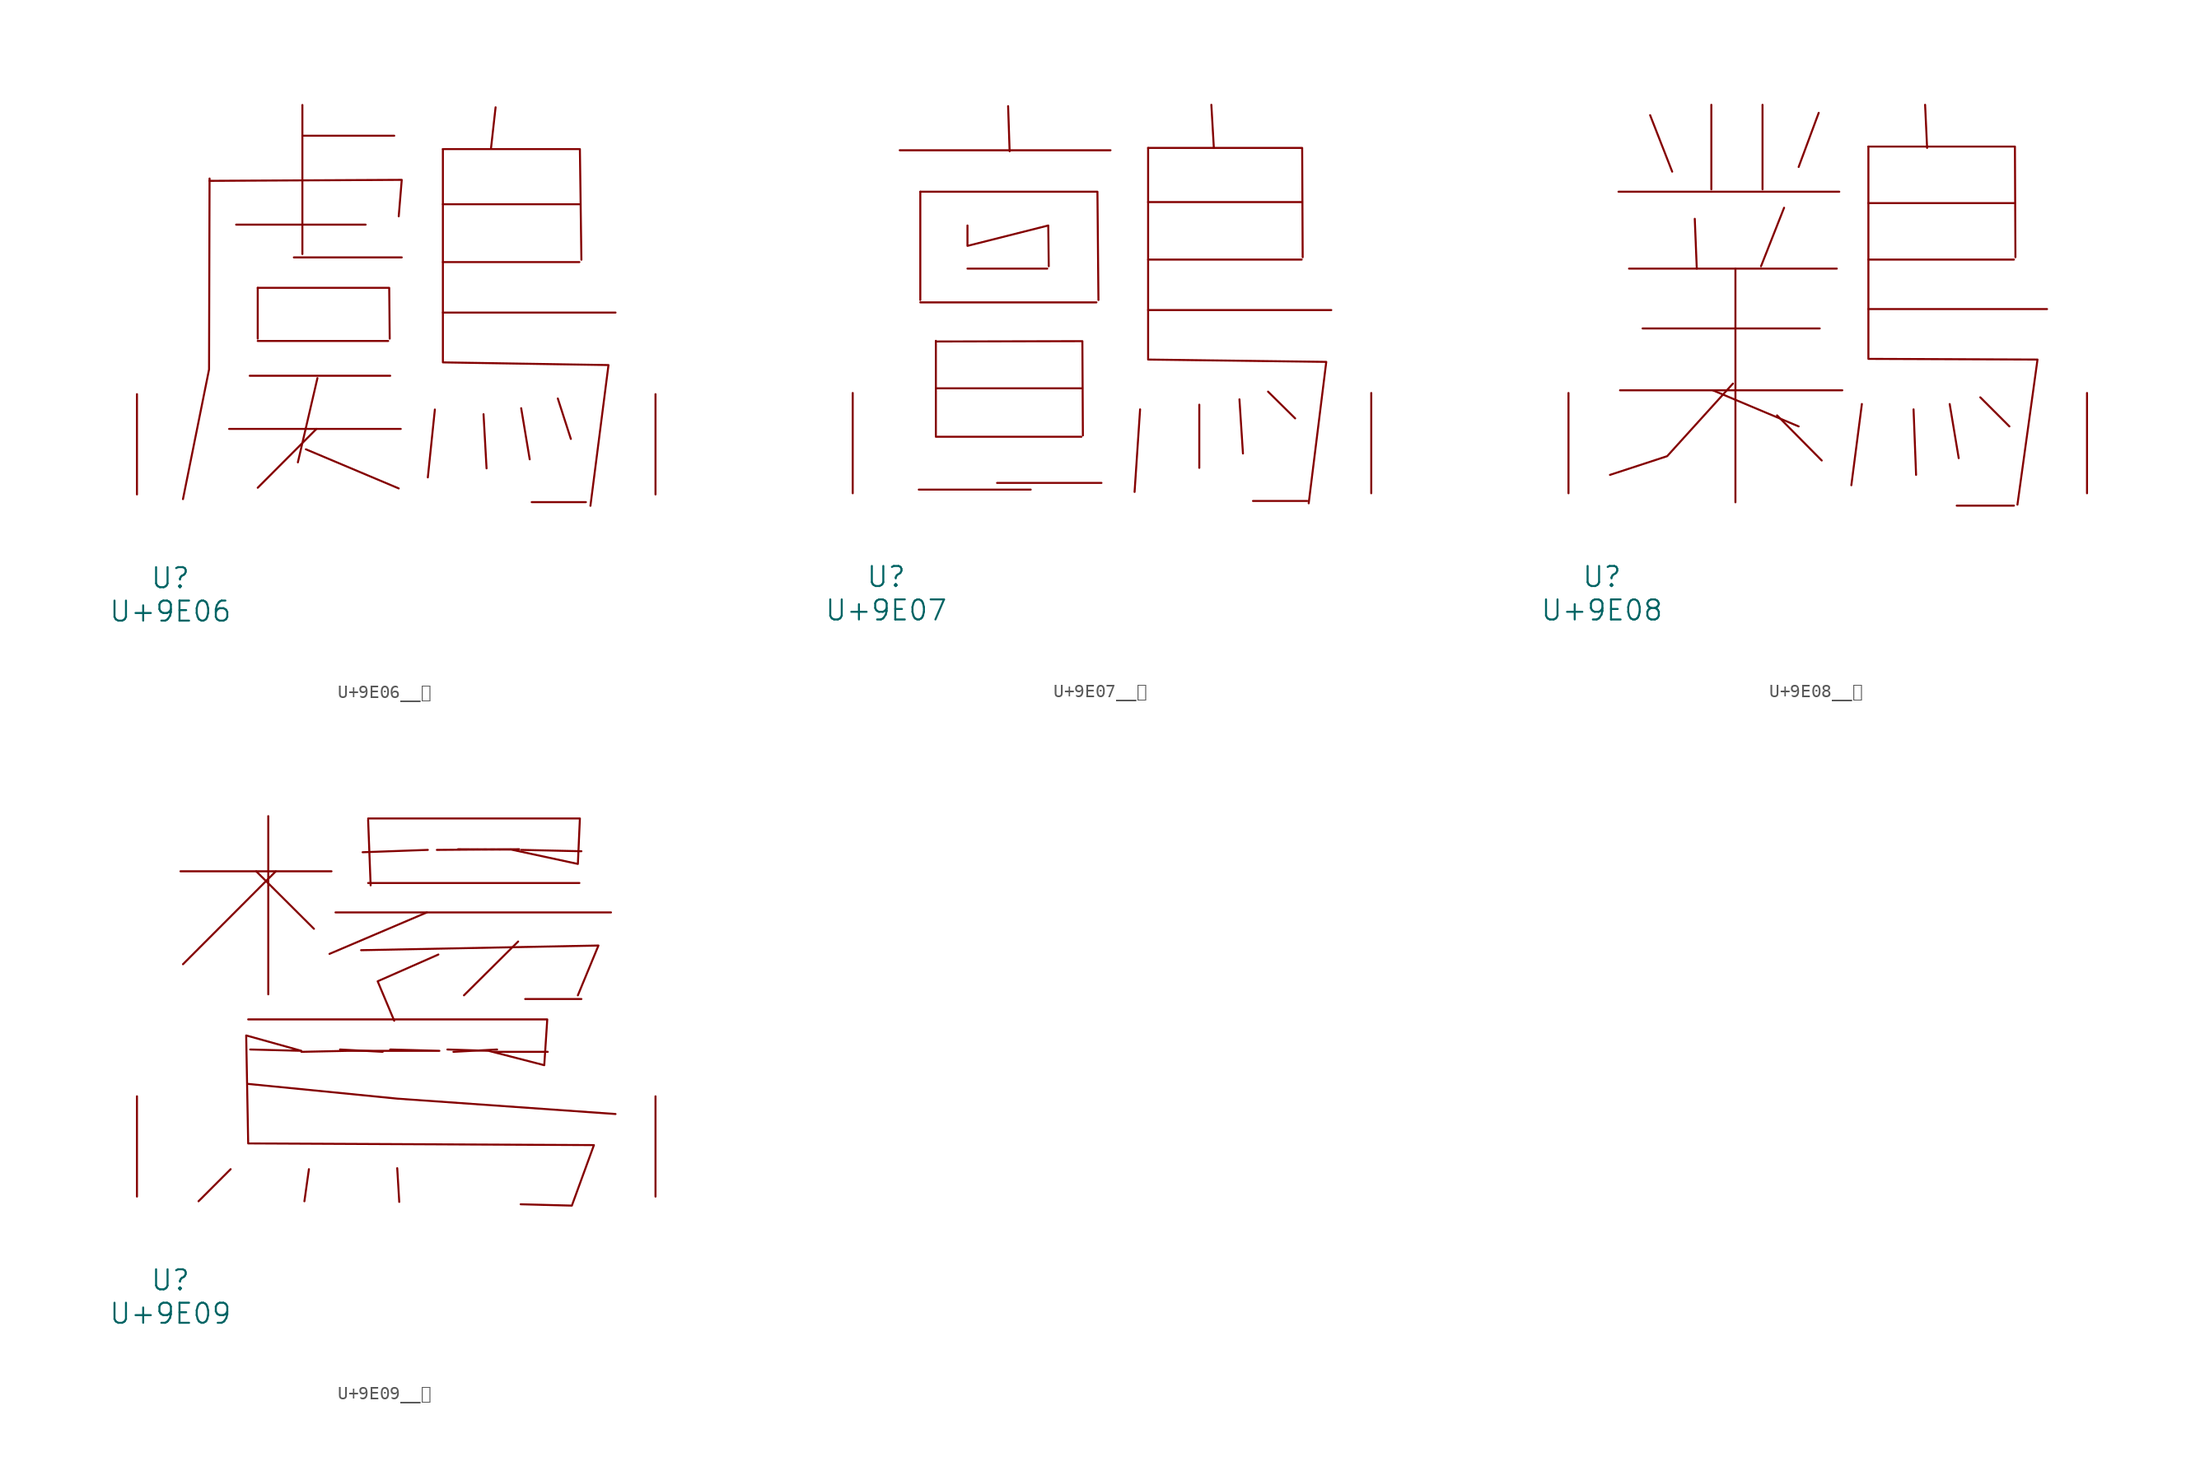
<source format=kicad_sym>
(kicad_symbol_lib
  (version 20231120)
  (generator "kicad_symbol_editor")
  (generator_version "8.0")
  (symbol "U+9E06__鸆"
    (pin_names
      (offset 1.016))
    (property "Reference" "U"
      (at 0 -6.35 0)
      (effects (font (size 1.524 1.524))))
    (property "Value" "U+9E06"
      (at 0 -8.89 0)
      (effects (font (size 1.524 1.524))))
    (symbol "U+9E06__鸆_0_1"
      (polyline (pts (xy 4.458 4.978) (xy 17.488 4.978)) (stroke (width 0) (type solid)) (fill (type none)))
      (polyline (pts (xy 4.991 20.498) (xy 14.821 20.498)) (stroke (width 0) (type solid)) (fill (type none)))
      (polyline (pts (xy 6.02 9.017) (xy 16.688 9.017)) (stroke (width 0) (type solid)) (fill (type none)))
      (polyline (pts (xy 6.629 11.659) (xy 16.535 11.659)) (stroke (width 0) (type solid)) (fill (type none)))
      (polyline (pts (xy 6.629 15.697) (xy 6.629 11.836)) (stroke (width 0) (type solid)) (fill (type none)))
      (polyline (pts (xy 9.373 18.009) (xy 17.564 18.009)) (stroke (width 0) (type solid)) (fill (type none)))
      (polyline (pts (xy 10.02 27.254) (xy 16.993 27.254)) (stroke (width 0) (type solid)) (fill (type none)))
      (polyline (pts (xy 10.02 29.591) (xy 10.02 18.263)) (stroke (width 0) (type solid)) (fill (type none)))
      (polyline (pts (xy 10.287 3.429) (xy 17.335 0.457)) (stroke (width 0) (type solid)) (fill (type none)))
      (polyline (pts (xy 11.087 4.978) (xy 6.629 0.508)) (stroke (width 0) (type solid)) (fill (type none)))
      (polyline (pts (xy 11.163 8.839) (xy 9.677 2.438)) (stroke (width 0) (type solid)) (fill (type none)))
      (polyline (pts (xy 20.079 6.452) (xy 19.545 1.295)) (stroke (width 0) (type solid)) (fill (type none)))
      (polyline (pts (xy 20.688 13.818) (xy 33.795 13.818)) (stroke (width 0) (type solid)) (fill (type none)))
      (polyline (pts (xy 20.688 17.653) (xy 31.052 17.653)) (stroke (width 0) (type solid)) (fill (type none)))
      (polyline (pts (xy 20.688 22.047) (xy 31.052 22.047)) (stroke (width 0) (type solid)) (fill (type none)))
      (polyline (pts (xy 23.774 6.096) (xy 24.003 1.981)) (stroke (width 0) (type solid)) (fill (type none)))
      (polyline (pts (xy 24.689 29.413) (xy 24.346 26.34)) (stroke (width 0) (type solid)) (fill (type none)))
      (polyline (pts (xy 26.632 6.553) (xy 27.28 2.667)) (stroke (width 0) (type solid)) (fill (type none)))
      (polyline (pts (xy 29.413 7.29) (xy 30.404 4.216)) (stroke (width 0) (type solid)) (fill (type none)))
      (polyline (pts (xy 31.547 -0.584) (xy 27.432 -0.584)) (stroke (width 0) (type solid)) (fill (type none)))
      (polyline (pts (xy 2.972 23.825) (xy 17.564 23.901) (xy 17.335 21.133)) (stroke (width 0) (type solid)) (fill (type none)))
      (polyline (pts (xy 2.972 24.003) (xy 2.934 9.5) (xy 0.953 -0.356)) (stroke (width 0) (type solid)) (fill (type none)))
      (polyline (pts (xy 6.629 15.697) (xy 16.612 15.697) (xy 16.65 11.836)) (stroke (width 0) (type solid)) (fill (type none)))
      (polyline (pts (xy 20.688 26.238) (xy 31.09 26.238) (xy 31.204 17.831)) (stroke (width 0) (type solid)) (fill (type none)))
      (polyline (pts (xy 20.688 26.238) (xy 20.688 10.033) (xy 33.261 9.83) (xy 31.89 -0.864)) (stroke (width 0) (type solid)) (fill (type none)))
      (pin input line (at -2.54 0 90) (length 7.62) (name "~" (effects (font (size 1.27 1.27)))) (number "~" (effects (font (size 1.27 1.27)))))
      (pin input line (at 36.83 0 90) (length 7.62) (name "~" (effects (font (size 1.27 1.27)))) (number "~" (effects (font (size 1.27 1.27)))))))
  (symbol "U+9E07__鸇"
    (pin_names
      (offset 1.016))
    (property "Reference" "U"
      (at 0 -6.35 0)
      (effects (font (size 1.524 1.524))))
    (property "Value" "U+9E07"
      (at 0 -8.89 0)
      (effects (font (size 1.524 1.524))))
    (symbol "U+9E07__鸇_0_1"
      (polyline (pts (xy 1.029 26.06) (xy 17.031 26.06)) (stroke (width 0) (type solid)) (fill (type none)))
      (polyline (pts (xy 2.477 0.279) (xy 10.973 0.279)) (stroke (width 0) (type solid)) (fill (type none)))
      (polyline (pts (xy 2.591 14.503) (xy 15.964 14.503)) (stroke (width 0) (type solid)) (fill (type none)))
      (polyline (pts (xy 2.591 22.911) (xy 2.591 14.681)) (stroke (width 0) (type solid)) (fill (type none)))
      (polyline (pts (xy 3.772 4.293) (xy 14.821 4.293)) (stroke (width 0) (type solid)) (fill (type none)))
      (polyline (pts (xy 3.772 7.976) (xy 14.821 7.976)) (stroke (width 0) (type solid)) (fill (type none)))
      (polyline (pts (xy 3.772 11.582) (xy 3.772 4.394)) (stroke (width 0) (type solid)) (fill (type none)))
      (polyline (pts (xy 6.172 17.069) (xy 12.23 17.069)) (stroke (width 0) (type solid)) (fill (type none)))
      (polyline (pts (xy 8.42 0.787) (xy 16.345 0.787)) (stroke (width 0) (type solid)) (fill (type none)))
      (polyline (pts (xy 9.258 29.413) (xy 9.373 25.984)) (stroke (width 0) (type solid)) (fill (type none)))
      (polyline (pts (xy 19.279 6.375) (xy 18.86 0.102)) (stroke (width 0) (type solid)) (fill (type none)))
      (polyline (pts (xy 19.888 13.919) (xy 33.795 13.919)) (stroke (width 0) (type solid)) (fill (type none)))
      (polyline (pts (xy 19.888 17.755) (xy 31.547 17.755)) (stroke (width 0) (type solid)) (fill (type none)))
      (polyline (pts (xy 19.888 22.123) (xy 31.547 22.123)) (stroke (width 0) (type solid)) (fill (type none)))
      (polyline (pts (xy 23.774 6.731) (xy 23.774 1.93)) (stroke (width 0) (type solid)) (fill (type none)))
      (polyline (pts (xy 24.689 29.515) (xy 24.879 26.238)) (stroke (width 0) (type solid)) (fill (type none)))
      (polyline (pts (xy 26.822 7.137) (xy 27.089 3.023)) (stroke (width 0) (type solid)) (fill (type none)))
      (polyline (pts (xy 28.994 7.722) (xy 31.052 5.69)) (stroke (width 0) (type solid)) (fill (type none)))
      (polyline (pts (xy 31.966 -0.584) (xy 27.851 -0.584)) (stroke (width 0) (type solid)) (fill (type none)))
      (polyline (pts (xy 2.591 22.911) (xy 16.04 22.911) (xy 16.116 14.681)) (stroke (width 0) (type solid)) (fill (type none)))
      (polyline (pts (xy 3.772 11.532) (xy 14.897 11.557) (xy 14.935 4.394)) (stroke (width 0) (type solid)) (fill (type none)))
      (polyline (pts (xy 19.888 26.238) (xy 31.585 26.238) (xy 31.623 17.932)) (stroke (width 0) (type solid)) (fill (type none)))
      (polyline (pts (xy 6.172 20.345) (xy 6.172 18.796) (xy 12.306 20.345) (xy 12.344 17.247)) (stroke (width 0) (type solid)) (fill (type none)))
      (polyline (pts (xy 19.888 26.238) (xy 19.888 10.16) (xy 33.414 9.982) (xy 32.08 -0.762)) (stroke (width 0) (type solid)) (fill (type none)))
      (pin input line (at -2.54 0 90) (length 7.62) (name "~" (effects (font (size 1.27 1.27)))) (number "~" (effects (font (size 1.27 1.27)))))
      (pin input line (at 36.83 0 90) (length 7.62) (name "~" (effects (font (size 1.27 1.27)))) (number "~" (effects (font (size 1.27 1.27)))))))
  (symbol "U+9E08__鸈"
    (pin_names
      (offset 1.016))
    (property "Reference" "U"
      (at 0 -6.35 0)
      (effects (font (size 1.524 1.524))))
    (property "Value" "U+9E08"
      (at 0 -8.89 0)
      (effects (font (size 1.524 1.524))))
    (symbol "U+9E08__鸈_0_1"
      (polyline (pts (xy 1.257 22.911) (xy 18.021 22.911)) (stroke (width 0) (type solid)) (fill (type none)))
      (polyline (pts (xy 1.372 7.823) (xy 18.25 7.823)) (stroke (width 0) (type solid)) (fill (type none)))
      (polyline (pts (xy 2.057 17.069) (xy 17.831 17.069)) (stroke (width 0) (type solid)) (fill (type none)))
      (polyline (pts (xy 3.086 12.522) (xy 16.535 12.522)) (stroke (width 0) (type solid)) (fill (type none)))
      (polyline (pts (xy 3.658 28.727) (xy 5.334 24.435)) (stroke (width 0) (type solid)) (fill (type none)))
      (polyline (pts (xy 7.048 20.853) (xy 7.201 17.069)) (stroke (width 0) (type solid)) (fill (type none)))
      (polyline (pts (xy 8.306 29.515) (xy 8.306 23.089)) (stroke (width 0) (type solid)) (fill (type none)))
      (polyline (pts (xy 8.42 7.823) (xy 14.935 5.08)) (stroke (width 0) (type solid)) (fill (type none)))
      (polyline (pts (xy 10.135 17.069) (xy 10.135 -0.686)) (stroke (width 0) (type solid)) (fill (type none)))
      (polyline (pts (xy 12.192 29.515) (xy 12.192 23.089)) (stroke (width 0) (type solid)) (fill (type none)))
      (polyline (pts (xy 13.297 5.918) (xy 16.688 2.489)) (stroke (width 0) (type solid)) (fill (type none)))
      (polyline (pts (xy 13.83 21.692) (xy 12.078 17.247)) (stroke (width 0) (type solid)) (fill (type none)))
      (polyline (pts (xy 16.459 28.905) (xy 14.935 24.79)) (stroke (width 0) (type solid)) (fill (type none)))
      (polyline (pts (xy 19.736 6.782) (xy 18.936 0.61)) (stroke (width 0) (type solid)) (fill (type none)))
      (polyline (pts (xy 20.231 13.995) (xy 33.795 13.995)) (stroke (width 0) (type solid)) (fill (type none)))
      (polyline (pts (xy 20.231 17.755) (xy 31.28 17.755)) (stroke (width 0) (type solid)) (fill (type none)))
      (polyline (pts (xy 20.231 22.047) (xy 31.28 22.047)) (stroke (width 0) (type solid)) (fill (type none)))
      (polyline (pts (xy 23.66 6.375) (xy 23.851 1.397)) (stroke (width 0) (type solid)) (fill (type none)))
      (polyline (pts (xy 24.536 29.515) (xy 24.689 26.238)) (stroke (width 0) (type solid)) (fill (type none)))
      (polyline (pts (xy 26.403 6.782) (xy 27.089 2.667)) (stroke (width 0) (type solid)) (fill (type none)))
      (polyline (pts (xy 26.937 -0.94) (xy 31.28 -0.94)) (stroke (width 0) (type solid)) (fill (type none)))
      (polyline (pts (xy 28.727 7.29) (xy 30.937 5.08)) (stroke (width 0) (type solid)) (fill (type none)))
      (polyline (pts (xy 9.944 8.331) (xy 4.953 2.819) (xy 0.61 1.397)) (stroke (width 0) (type solid)) (fill (type none)))
      (polyline (pts (xy 20.231 26.34) (xy 31.356 26.34) (xy 31.394 17.932)) (stroke (width 0) (type solid)) (fill (type none)))
      (polyline (pts (xy 20.231 26.34) (xy 20.231 10.211) (xy 33.071 10.16) (xy 31.547 -0.864)) (stroke (width 0) (type solid)) (fill (type none)))
      (pin input line (at -2.54 0 90) (length 7.62) (name "~" (effects (font (size 1.27 1.27)))) (number "~" (effects (font (size 1.27 1.27)))))
      (pin input line (at 36.83 0 90) (length 7.62) (name "~" (effects (font (size 1.27 1.27)))) (number "~" (effects (font (size 1.27 1.27)))))))
  (symbol "U+9E09__鸉"
    (pin_names
      (offset 1.016))
    (property "Reference" "U"
      (at 0 -6.35 0)
      (effects (font (size 1.524 1.524))))
    (property "Value" "U+9E09"
      (at 0 -8.89 0)
      (effects (font (size 1.524 1.524))))
    (symbol "U+9E09__鸉_0_1"
      (polyline (pts (xy 0.762 24.714) (xy 12.23 24.714)) (stroke (width 0) (type solid)) (fill (type none)))
      (polyline (pts (xy 4.572 2.083) (xy 2.134 -0.356)) (stroke (width 0) (type solid)) (fill (type none)))
      (polyline (pts (xy 6.515 24.714) (xy 10.897 20.345)) (stroke (width 0) (type solid)) (fill (type none)))
      (polyline (pts (xy 7.429 28.905) (xy 7.429 15.367)) (stroke (width 0) (type solid)) (fill (type none)))
      (polyline (pts (xy 8.001 24.714) (xy 0.953 17.653)) (stroke (width 0) (type solid)) (fill (type none)))
      (polyline (pts (xy 10.516 2.083) (xy 10.173 -0.356)) (stroke (width 0) (type solid)) (fill (type none)))
      (polyline (pts (xy 12.535 21.59) (xy 33.452 21.59)) (stroke (width 0) (type solid)) (fill (type none)))
      (polyline (pts (xy 15.011 23.825) (xy 31.052 23.825)) (stroke (width 0) (type solid)) (fill (type none)))
      (polyline (pts (xy 15.011 28.626) (xy 15.202 23.647)) (stroke (width 0) (type solid)) (fill (type none)))
      (polyline (pts (xy 16.116 10.998) (xy 12.878 11.176)) (stroke (width 0) (type solid)) (fill (type none)))
      (polyline (pts (xy 17.221 2.159) (xy 17.374 -0.406)) (stroke (width 0) (type solid)) (fill (type none)))
      (polyline (pts (xy 19.469 21.59) (xy 12.078 18.44)) (stroke (width 0) (type solid)) (fill (type none)))
      (polyline (pts (xy 19.545 26.34) (xy 14.592 26.162)) (stroke (width 0) (type solid)) (fill (type none)))
      (polyline (pts (xy 21.488 10.998) (xy 24.803 11.176)) (stroke (width 0) (type solid)) (fill (type none)))
      (polyline (pts (xy 24.536 10.998) (xy 28.651 10.998)) (stroke (width 0) (type solid)) (fill (type none)))
      (polyline (pts (xy 26.403 19.38) (xy 22.288 15.291)) (stroke (width 0) (type solid)) (fill (type none)))
      (polyline (pts (xy 26.632 26.34) (xy 31.204 26.238)) (stroke (width 0) (type solid)) (fill (type none)))
      (polyline (pts (xy 26.937 15.011) (xy 31.204 15.011)) (stroke (width 0) (type solid)) (fill (type none)))
      (polyline (pts (xy 5.905 8.56) (xy 17.221 7.442) (xy 33.795 6.274)) (stroke (width 0) (type solid)) (fill (type none)))
      (polyline (pts (xy 14.478 18.72) (xy 32.499 19.075) (xy 30.937 15.291)) (stroke (width 0) (type solid)) (fill (type none)))
      (polyline (pts (xy 20.231 26.34) (xy 23.355 26.365) (xy 26.48 26.391)) (stroke (width 0) (type solid)) (fill (type none)))
      (polyline (pts (xy 20.345 18.39) (xy 15.735 16.358) (xy 16.993 13.36)) (stroke (width 0) (type solid)) (fill (type none)))
      (polyline (pts (xy 5.905 13.462) (xy 28.613 13.462) (xy 28.384 9.982) (xy 24.155 11.074) (xy 21.031 11.176)) (stroke (width 0) (type solid)) (fill (type none)))
      (polyline (pts (xy 9.944 10.998) (xy 13.525 11.074) (xy 17.335 11.074) (xy 20.422 11.074) (xy 16.688 11.176)) (stroke (width 0) (type solid)) (fill (type none)))
      (polyline (pts (xy 15.011 28.727) (xy 31.09 28.727) (xy 30.937 25.273) (xy 25.87 26.365) (xy 21.831 26.391)) (stroke (width 0) (type solid)) (fill (type none)))
      (polyline (pts (xy 6.058 11.176) (xy 9.944 11.074) (xy 5.753 12.243) (xy 5.905 4.039) (xy 32.156 3.912) (xy 30.48 -0.686) (xy 26.594 -0.584)) (stroke (width 0) (type solid)) (fill (type none)))
      (pin input line (at -2.54 0 90) (length 7.62) (name "~" (effects (font (size 1.27 1.27)))) (number "~" (effects (font (size 1.27 1.27)))))
      (pin input line (at 36.83 0 90) (length 7.62) (name "~" (effects (font (size 1.27 1.27)))) (number "~" (effects (font (size 1.27 1.27))))))))
</source>
